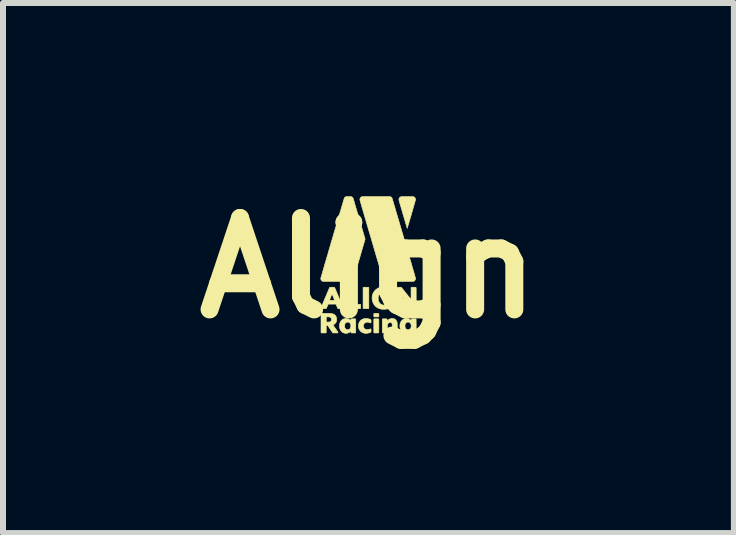
<source format=kicad_pcb>
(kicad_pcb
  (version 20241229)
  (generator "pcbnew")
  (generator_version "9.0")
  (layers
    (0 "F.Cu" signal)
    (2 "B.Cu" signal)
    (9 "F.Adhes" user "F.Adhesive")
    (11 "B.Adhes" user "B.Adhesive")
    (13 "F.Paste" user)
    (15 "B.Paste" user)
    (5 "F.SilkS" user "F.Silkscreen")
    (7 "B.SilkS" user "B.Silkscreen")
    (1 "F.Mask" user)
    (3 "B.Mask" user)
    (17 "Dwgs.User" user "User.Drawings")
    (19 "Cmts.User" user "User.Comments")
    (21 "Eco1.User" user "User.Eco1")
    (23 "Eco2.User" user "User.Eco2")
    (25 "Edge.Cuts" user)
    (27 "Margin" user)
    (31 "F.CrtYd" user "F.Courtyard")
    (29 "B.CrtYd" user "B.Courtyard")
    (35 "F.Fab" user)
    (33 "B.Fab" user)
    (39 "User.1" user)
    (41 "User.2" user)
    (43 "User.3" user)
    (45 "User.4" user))
  (footprint "Align"
    (layer "F.Cu")
    (at 3.092 1.418)
    (property "Reference" "Align" (at 0 0 0) (layer "F.SilkS") (effects (font (size 1.524 1.524) (thickness 0.3))))
    (attr through_hole)
    (fp_poly (pts (xy 0.141 0.756) (xy 0.15 0.756) (xy 0.157 0.756) (xy 0.162 0.756) (xy 0.166 0.757) (xy 0.168 0.757) (xy 0.17 0.758) (xy 0.171 0.759) (xy 0.172 0.76) (xy 0.172 0.762) (xy 0.172 0.765) (xy 0.173 0.771) (xy 0.173 0.778) (xy 0.173 0.785) (xy 0.173 0.794) (xy 0.173 0.8) (xy 0.172 0.804) (xy 0.172 0.807) (xy 0.172 0.809) (xy 0.171 0.811) (xy 0.17 0.812) (xy 0.169 0.812) (xy 0.168 0.813) (xy 0.167 0.813) (xy 0.164 0.814) (xy 0.161 0.814) (xy 0.155 0.814) (xy 0.149 0.814) (xy 0.14 0.814) (xy 0.131 0.814) (xy 0.095 0.814) (xy 0.092 0.811) (xy 0.091 0.81) (xy 0.09 0.809) (xy 0.09 0.807) (xy 0.089 0.804) (xy 0.089 0.8) (xy 0.089 0.795) (xy 0.089 0.787) (xy 0.089 0.785) (xy 0.089 0.777) (xy 0.089 0.771) (xy 0.089 0.766) (xy 0.089 0.764) (xy 0.09 0.762) (xy 0.091 0.76) (xy 0.092 0.759) (xy 0.092 0.759) (xy 0.095 0.756) (xy 0.13 0.756) (xy 0.141 0.756)) (stroke (width 0.01) (type solid)) (fill yes) (layer "F.SilkS"))
    (fp_poly (pts (xy 0.142 0.847) (xy 0.15 0.847) (xy 0.157 0.847) (xy 0.161 0.847) (xy 0.165 0.848) (xy 0.167 0.848) (xy 0.168 0.848) (xy 0.17 0.849) (xy 0.17 0.85) (xy 0.171 0.85) (xy 0.171 0.851) (xy 0.171 0.852) (xy 0.172 0.853) (xy 0.172 0.855) (xy 0.172 0.858) (xy 0.172 0.862) (xy 0.172 0.866) (xy 0.172 0.873) (xy 0.173 0.88) (xy 0.173 0.889) (xy 0.173 0.9) (xy 0.173 0.913) (xy 0.173 0.927) (xy 0.173 0.944) (xy 0.173 0.964) (xy 0.173 0.964) (xy 0.173 0.981) (xy 0.173 0.997) (xy 0.173 1.012) (xy 0.173 1.026) (xy 0.172 1.039) (xy 0.172 1.05) (xy 0.172 1.059) (xy 0.172 1.067) (xy 0.172 1.073) (xy 0.172 1.077) (xy 0.172 1.078) (xy 0.171 1.079) (xy 0.169 1.08) (xy 0.167 1.081) (xy 0.164 1.081) (xy 0.159 1.082) (xy 0.153 1.082) (xy 0.145 1.082) (xy 0.135 1.082) (xy 0.13 1.082) (xy 0.095 1.082) (xy 0.092 1.079) (xy 0.089 1.076) (xy 0.089 0.853) (xy 0.095 0.847) (xy 0.131 0.847) (xy 0.142 0.847)) (stroke (width 0.01) (type solid)) (fill yes) (layer "F.SilkS"))
    (fp_poly (pts (xy -0.041 0.32) (xy 0.001 0.321) (xy 0.004 0.324) (xy 0.004 0.324) (xy 0.005 0.325) (xy 0.005 0.326) (xy 0.005 0.327) (xy 0.005 0.329) (xy 0.006 0.331) (xy 0.006 0.335) (xy 0.006 0.339) (xy 0.006 0.344) (xy 0.006 0.351) (xy 0.006 0.359) (xy 0.006 0.368) (xy 0.006 0.379) (xy 0.006 0.391) (xy 0.006 0.405) (xy 0.006 0.422) (xy 0.006 0.44) (xy 0.006 0.461) (xy 0.006 0.483) (xy 0.006 0.499) (xy 0.006 0.523) (xy 0.006 0.545) (xy 0.006 0.565) (xy 0.006 0.583) (xy 0.006 0.598) (xy 0.006 0.612) (xy 0.006 0.623) (xy 0.006 0.634) (xy 0.006 0.642) (xy 0.006 0.65) (xy 0.006 0.656) (xy 0.006 0.66) (xy 0.006 0.664) (xy 0.005 0.667) (xy 0.005 0.67) (xy 0.005 0.671) (xy 0.005 0.672) (xy 0.004 0.673) (xy 0.004 0.674) (xy 0.004 0.674) (xy 0.004 0.674) (xy 0.003 0.675) (xy 0.002 0.675) (xy 0.001 0.676) (xy -0.001 0.676) (xy -0.004 0.677) (xy -0.008 0.677) (xy -0.014 0.677) (xy -0.021 0.677) (xy -0.03 0.677) (xy -0.042 0.677) (xy -0.054 0.677) (xy -0.063 0.677) (xy -0.07 0.677) (xy -0.076 0.677) (xy -0.08 0.677) (xy -0.083 0.676) (xy -0.085 0.676) (xy -0.086 0.675) (xy -0.087 0.675) (xy -0.088 0.674) (xy -0.088 0.674) (xy -0.088 0.673) (xy -0.089 0.673) (xy -0.089 0.672) (xy -0.089 0.67) (xy -0.089 0.668) (xy -0.089 0.665) (xy -0.09 0.661) (xy -0.09 0.656) (xy -0.09 0.65) (xy -0.09 0.643) (xy -0.09 0.634) (xy -0.09 0.624) (xy -0.09 0.612) (xy -0.09 0.598) (xy -0.09 0.583) (xy -0.09 0.565) (xy -0.09 0.546) (xy -0.09 0.524) (xy -0.09 0.326) (xy -0.087 0.323) (xy -0.084 0.32) (xy -0.041 0.32)) (stroke (width 0.01) (type solid)) (fill yes) (layer "F.SilkS"))
    (fp_poly (pts (xy 0.633 -1.191) (xy 0.652 -1.191) (xy 0.652 -1.191) (xy 0.746 -1.191) (xy 0.753 -1.188) (xy 0.76 -1.184) (xy 0.767 -1.179) (xy 0.773 -1.173) (xy 0.778 -1.166) (xy 0.779 -1.165) (xy 0.783 -1.156) (xy 0.785 -1.146) (xy 0.785 -1.138) (xy 0.784 -1.136) (xy 0.783 -1.132) (xy 0.781 -1.126) (xy 0.779 -1.118) (xy 0.776 -1.108) (xy 0.773 -1.096) (xy 0.769 -1.083) (xy 0.765 -1.068) (xy 0.76 -1.052) (xy 0.755 -1.035) (xy 0.75 -1.017) (xy 0.745 -0.998) (xy 0.739 -0.978) (xy 0.733 -0.958) (xy 0.727 -0.938) (xy 0.721 -0.917) (xy 0.715 -0.896) (xy 0.709 -0.875) (xy 0.703 -0.854) (xy 0.697 -0.834) (xy 0.691 -0.814) (xy 0.685 -0.794) (xy 0.68 -0.776) (xy 0.675 -0.758) (xy 0.67 -0.742) (xy 0.665 -0.726) (xy 0.661 -0.712) (xy 0.657 -0.7) (xy 0.654 -0.689) (xy 0.651 -0.679) (xy 0.649 -0.672) (xy 0.648 -0.667) (xy 0.647 -0.664) (xy 0.647 -0.664) (xy 0.646 -0.662) (xy 0.645 -0.662) (xy 0.645 -0.663) (xy 0.644 -0.667) (xy 0.642 -0.673) (xy 0.64 -0.68) (xy 0.637 -0.69) (xy 0.634 -0.702) (xy 0.63 -0.715) (xy 0.625 -0.73) (xy 0.62 -0.747) (xy 0.615 -0.765) (xy 0.609 -0.784) (xy 0.604 -0.804) (xy 0.597 -0.826) (xy 0.591 -0.848) (xy 0.584 -0.871) (xy 0.577 -0.894) (xy 0.576 -0.897) (xy 0.568 -0.925) (xy 0.561 -0.951) (xy 0.554 -0.974) (xy 0.547 -0.996) (xy 0.542 -1.015) (xy 0.537 -1.032) (xy 0.532 -1.048) (xy 0.528 -1.062) (xy 0.524 -1.075) (xy 0.521 -1.086) (xy 0.518 -1.095) (xy 0.516 -1.103) (xy 0.514 -1.11) (xy 0.513 -1.117) (xy 0.511 -1.122) (xy 0.51 -1.126) (xy 0.509 -1.13) (xy 0.509 -1.132) (xy 0.508 -1.135) (xy 0.508 -1.137) (xy 0.508 -1.138) (xy 0.508 -1.14) (xy 0.508 -1.141) (xy 0.508 -1.142) (xy 0.508 -1.152) (xy 0.511 -1.16) (xy 0.515 -1.168) (xy 0.52 -1.175) (xy 0.529 -1.182) (xy 0.538 -1.187) (xy 0.549 -1.19) (xy 0.549 -1.19) (xy 0.552 -1.19) (xy 0.557 -1.191) (xy 0.565 -1.191) (xy 0.574 -1.191) (xy 0.586 -1.191) (xy 0.6 -1.191) (xy 0.616 -1.191) (xy 0.633 -1.191)) (stroke (width 0.01) (type solid)) (fill yes) (layer "F.SilkS"))
    (fp_poly (pts (xy -0.03 0.841) (xy -0.014 0.843) (xy 0.001 0.846) (xy 0.016 0.85) (xy 0.027 0.855) (xy 0.033 0.857) (xy 0.037 0.86) (xy 0.04 0.862) (xy 0.041 0.865) (xy 0.042 0.869) (xy 0.043 0.874) (xy 0.043 0.881) (xy 0.043 0.888) (xy 0.043 0.896) (xy 0.043 0.903) (xy 0.042 0.908) (xy 0.041 0.911) (xy 0.04 0.913) (xy 0.038 0.914) (xy 0.036 0.915) (xy 0.033 0.915) (xy 0.029 0.914) (xy 0.024 0.912) (xy 0.013 0.907) (xy 0.00007 0.904) (xy -0.013 0.902) (xy -0.025 0.902) (xy -0.034 0.904) (xy -0.044 0.906) (xy -0.053 0.91) (xy -0.061 0.916) (xy -0.065 0.919) (xy -0.072 0.928) (xy -0.078 0.938) (xy -0.082 0.95) (xy -0.083 0.958) (xy -0.084 0.966) (xy -0.083 0.975) (xy -0.082 0.979) (xy -0.078 0.991) (xy -0.073 1.001) (xy -0.065 1.01) (xy -0.056 1.017) (xy -0.045 1.022) (xy -0.033 1.025) (xy -0.02 1.026) (xy -0.018 1.026) (xy -0.003 1.025) (xy 0.01 1.022) (xy 0.023 1.017) (xy 0.029 1.015) (xy 0.033 1.014) (xy 0.036 1.014) (xy 0.038 1.015) (xy 0.04 1.017) (xy 0.041 1.018) (xy 0.042 1.019) (xy 0.043 1.021) (xy 0.043 1.024) (xy 0.043 1.028) (xy 0.043 1.033) (xy 0.043 1.041) (xy 0.043 1.05) (xy 0.043 1.056) (xy 0.042 1.061) (xy 0.041 1.065) (xy 0.039 1.068) (xy 0.036 1.07) (xy 0.032 1.072) (xy 0.027 1.074) (xy 0.015 1.079) (xy 0.001 1.083) (xy -0.014 1.086) (xy -0.029 1.088) (xy -0.045 1.088) (xy -0.059 1.087) (xy -0.063 1.087) (xy -0.08 1.083) (xy -0.096 1.077) (xy -0.111 1.069) (xy -0.125 1.059) (xy -0.137 1.048) (xy -0.146 1.036) (xy -0.153 1.025) (xy -0.158 1.014) (xy -0.163 1.002) (xy -0.164 0.996) (xy -0.166 0.987) (xy -0.167 0.977) (xy -0.167 0.965) (xy -0.167 0.954) (xy -0.166 0.943) (xy -0.164 0.933) (xy -0.164 0.932) (xy -0.159 0.916) (xy -0.151 0.901) (xy -0.142 0.887) (xy -0.131 0.874) (xy -0.119 0.864) (xy -0.11 0.859) (xy -0.1 0.854) (xy -0.09 0.849) (xy -0.08 0.845) (xy -0.076 0.845) (xy -0.062 0.842) (xy -0.046 0.841) (xy -0.03 0.841)) (stroke (width 0.01) (type solid)) (fill yes) (layer "F.SilkS"))
    (fp_poly (pts (xy -0.365 0.841) (xy -0.35 0.844) (xy -0.335 0.848) (xy -0.321 0.855) (xy -0.307 0.864) (xy -0.306 0.864) (xy -0.302 0.866) (xy -0.297 0.866) (xy -0.294 0.864) (xy -0.291 0.861) (xy -0.291 0.857) (xy -0.29 0.853) (xy -0.288 0.85) (xy -0.285 0.847) (xy -0.218 0.847) (xy -0.215 0.85) (xy -0.212 0.853) (xy -0.212 1.076) (xy -0.215 1.079) (xy -0.218 1.082) (xy -0.285 1.082) (xy -0.288 1.079) (xy -0.29 1.075) (xy -0.291 1.072) (xy -0.292 1.067) (xy -0.294 1.065) (xy -0.297 1.062) (xy -0.301 1.062) (xy -0.305 1.064) (xy -0.31 1.067) (xy -0.311 1.068) (xy -0.317 1.072) (xy -0.325 1.076) (xy -0.334 1.08) (xy -0.343 1.084) (xy -0.347 1.085) (xy -0.356 1.086) (xy -0.366 1.088) (xy -0.377 1.088) (xy -0.387 1.088) (xy -0.395 1.086) (xy -0.411 1.082) (xy -0.425 1.076) (xy -0.438 1.067) (xy -0.449 1.057) (xy -0.46 1.045) (xy -0.468 1.031) (xy -0.475 1.015) (xy -0.48 0.999) (xy -0.481 0.993) (xy -0.481 0.985) (xy -0.482 0.976) (xy -0.482 0.966) (xy -0.482 0.965) (xy -0.399 0.965) (xy -0.398 0.975) (xy -0.396 0.986) (xy -0.394 0.995) (xy -0.391 1.001) (xy -0.388 1.006) (xy -0.383 1.012) (xy -0.377 1.018) (xy -0.372 1.022) (xy -0.371 1.022) (xy -0.362 1.026) (xy -0.351 1.028) (xy -0.34 1.028) (xy -0.33 1.025) (xy -0.324 1.023) (xy -0.315 1.017) (xy -0.307 1.009) (xy -0.301 1) (xy -0.297 0.988) (xy -0.295 0.975) (xy -0.294 0.964) (xy -0.295 0.951) (xy -0.297 0.939) (xy -0.301 0.929) (xy -0.307 0.92) (xy -0.312 0.914) (xy -0.319 0.909) (xy -0.326 0.905) (xy -0.333 0.902) (xy -0.342 0.901) (xy -0.347 0.901) (xy -0.353 0.901) (xy -0.357 0.902) (xy -0.361 0.902) (xy -0.364 0.904) (xy -0.367 0.905) (xy -0.377 0.911) (xy -0.384 0.919) (xy -0.391 0.928) (xy -0.395 0.939) (xy -0.398 0.952) (xy -0.399 0.965) (xy -0.482 0.965) (xy -0.482 0.956) (xy -0.482 0.947) (xy -0.481 0.939) (xy -0.48 0.932) (xy -0.48 0.93) (xy -0.474 0.913) (xy -0.467 0.897) (xy -0.459 0.883) (xy -0.448 0.871) (xy -0.437 0.861) (xy -0.424 0.853) (xy -0.409 0.846) (xy -0.394 0.843) (xy -0.381 0.841) (xy -0.365 0.841)) (stroke (width 0.01) (type solid)) (fill yes) (layer "F.SilkS"))
    (fp_poly (pts (xy -0.318 0.32) (xy -0.308 0.32) (xy -0.301 0.32) (xy -0.295 0.321) (xy -0.29 0.321) (xy -0.287 0.322) (xy -0.285 0.322) (xy -0.284 0.323) (xy -0.283 0.325) (xy -0.282 0.326) (xy -0.282 0.327) (xy -0.282 0.331) (xy -0.281 0.336) (xy -0.281 0.342) (xy -0.281 0.351) (xy -0.281 0.362) (xy -0.281 0.375) (xy -0.281 0.391) (xy -0.281 0.408) (xy -0.281 0.428) (xy -0.281 0.45) (xy -0.281 0.464) (xy -0.281 0.486) (xy -0.281 0.505) (xy -0.281 0.522) (xy -0.281 0.536) (xy -0.281 0.549) (xy -0.281 0.56) (xy -0.281 0.569) (xy -0.28 0.577) (xy -0.28 0.583) (xy -0.28 0.588) (xy -0.28 0.592) (xy -0.28 0.595) (xy -0.28 0.598) (xy -0.279 0.599) (xy -0.279 0.6) (xy -0.279 0.601) (xy -0.278 0.602) (xy -0.278 0.602) (xy -0.278 0.603) (xy -0.277 0.603) (xy -0.276 0.603) (xy -0.274 0.604) (xy -0.271 0.604) (xy -0.268 0.604) (xy -0.263 0.604) (xy -0.257 0.604) (xy -0.249 0.604) (xy -0.239 0.604) (xy -0.228 0.605) (xy -0.214 0.605) (xy -0.206 0.605) (xy -0.136 0.605) (xy -0.133 0.608) (xy -0.13 0.611) (xy -0.13 0.641) (xy -0.13 0.651) (xy -0.13 0.658) (xy -0.13 0.664) (xy -0.13 0.668) (xy -0.13 0.67) (xy -0.131 0.672) (xy -0.131 0.673) (xy -0.132 0.674) (xy -0.133 0.675) (xy -0.133 0.675) (xy -0.134 0.676) (xy -0.135 0.676) (xy -0.137 0.676) (xy -0.14 0.676) (xy -0.144 0.676) (xy -0.148 0.677) (xy -0.154 0.677) (xy -0.162 0.677) (xy -0.17 0.677) (xy -0.181 0.677) (xy -0.193 0.677) (xy -0.207 0.677) (xy -0.224 0.677) (xy -0.243 0.677) (xy -0.254 0.677) (xy -0.274 0.677) (xy -0.292 0.677) (xy -0.307 0.677) (xy -0.32 0.677) (xy -0.332 0.677) (xy -0.342 0.677) (xy -0.35 0.677) (xy -0.356 0.677) (xy -0.362 0.676) (xy -0.366 0.676) (xy -0.369 0.676) (xy -0.371 0.676) (xy -0.373 0.676) (xy -0.374 0.675) (xy -0.375 0.675) (xy -0.375 0.675) (xy -0.375 0.675) (xy -0.375 0.674) (xy -0.376 0.673) (xy -0.376 0.672) (xy -0.376 0.67) (xy -0.376 0.668) (xy -0.376 0.664) (xy -0.377 0.66) (xy -0.377 0.654) (xy -0.377 0.648) (xy -0.377 0.64) (xy -0.377 0.63) (xy -0.377 0.619) (xy -0.377 0.607) (xy -0.377 0.592) (xy -0.377 0.575) (xy -0.377 0.557) (xy -0.377 0.536) (xy -0.377 0.513) (xy -0.377 0.325) (xy -0.374 0.323) (xy -0.373 0.322) (xy -0.372 0.321) (xy -0.37 0.321) (xy -0.368 0.321) (xy -0.364 0.32) (xy -0.36 0.32) (xy -0.353 0.32) (xy -0.345 0.32) (xy -0.335 0.32) (xy -0.33 0.32) (xy -0.318 0.32)) (stroke (width 0.01) (type solid)) (fill yes) (layer "F.SilkS"))
    (fp_poly (pts (xy 0.396 0.841) (xy 0.404 0.842) (xy 0.41 0.842) (xy 0.414 0.842) (xy 0.418 0.843) (xy 0.422 0.844) (xy 0.425 0.845) (xy 0.438 0.85) (xy 0.449 0.858) (xy 0.458 0.867) (xy 0.466 0.879) (xy 0.473 0.892) (xy 0.477 0.904) (xy 0.477 0.906) (xy 0.478 0.908) (xy 0.478 0.91) (xy 0.478 0.913) (xy 0.479 0.916) (xy 0.479 0.92) (xy 0.479 0.925) (xy 0.479 0.931) (xy 0.479 0.939) (xy 0.479 0.948) (xy 0.48 0.959) (xy 0.48 0.972) (xy 0.48 0.988) (xy 0.48 0.994) (xy 0.48 1.008) (xy 0.48 1.021) (xy 0.48 1.034) (xy 0.48 1.045) (xy 0.48 1.055) (xy 0.48 1.063) (xy 0.48 1.07) (xy 0.48 1.074) (xy 0.48 1.076) (xy 0.48 1.076) (xy 0.479 1.078) (xy 0.478 1.079) (xy 0.476 1.08) (xy 0.473 1.081) (xy 0.469 1.081) (xy 0.463 1.082) (xy 0.456 1.082) (xy 0.446 1.082) (xy 0.437 1.082) (xy 0.402 1.082) (xy 0.399 1.079) (xy 0.396 1.076) (xy 0.396 1.009) (xy 0.396 0.994) (xy 0.396 0.98) (xy 0.396 0.969) (xy 0.396 0.96) (xy 0.396 0.952) (xy 0.396 0.946) (xy 0.395 0.941) (xy 0.395 0.938) (xy 0.395 0.935) (xy 0.394 0.935) (xy 0.392 0.925) (xy 0.388 0.917) (xy 0.383 0.912) (xy 0.376 0.908) (xy 0.368 0.907) (xy 0.361 0.906) (xy 0.356 0.906) (xy 0.351 0.907) (xy 0.346 0.909) (xy 0.344 0.91) (xy 0.335 0.916) (xy 0.327 0.924) (xy 0.321 0.934) (xy 0.32 0.936) (xy 0.316 0.944) (xy 0.315 1.01) (xy 0.315 1.025) (xy 0.315 1.037) (xy 0.314 1.048) (xy 0.314 1.057) (xy 0.314 1.064) (xy 0.314 1.069) (xy 0.313 1.073) (xy 0.313 1.076) (xy 0.312 1.078) (xy 0.312 1.08) (xy 0.311 1.081) (xy 0.31 1.081) (xy 0.309 1.081) (xy 0.307 1.081) (xy 0.303 1.082) (xy 0.298 1.082) (xy 0.29 1.082) (xy 0.282 1.082) (xy 0.273 1.082) (xy 0.272 1.082) (xy 0.236 1.082) (xy 0.233 1.079) (xy 0.23 1.076) (xy 0.23 0.853) (xy 0.236 0.847) (xy 0.27 0.847) (xy 0.281 0.847) (xy 0.289 0.847) (xy 0.296 0.847) (xy 0.301 0.848) (xy 0.304 0.849) (xy 0.307 0.85) (xy 0.308 0.851) (xy 0.309 0.854) (xy 0.31 0.857) (xy 0.31 0.859) (xy 0.311 0.864) (xy 0.313 0.868) (xy 0.315 0.87) (xy 0.318 0.871) (xy 0.32 0.871) (xy 0.323 0.87) (xy 0.325 0.869) (xy 0.329 0.866) (xy 0.33 0.864) (xy 0.338 0.859) (xy 0.346 0.853) (xy 0.356 0.849) (xy 0.365 0.845) (xy 0.37 0.844) (xy 0.374 0.843) (xy 0.38 0.842) (xy 0.386 0.842) (xy 0.395 0.841) (xy 0.396 0.841)) (stroke (width 0.01) (type solid)) (fill yes) (layer "F.SilkS"))
    (fp_poly (pts (xy -0.279 -1.186) (xy -0.271 -1.182) (xy -0.264 -1.175) (xy -0.259 -1.168) (xy -0.255 -1.162) (xy -0.255 -1.16) (xy -0.254 -1.156) (xy -0.252 -1.149) (xy -0.249 -1.141) (xy -0.246 -1.13) (xy -0.242 -1.118) (xy -0.238 -1.104) (xy -0.233 -1.088) (xy -0.228 -1.07) (xy -0.223 -1.051) (xy -0.217 -1.03) (xy -0.21 -1.008) (xy -0.203 -0.985) (xy -0.196 -0.961) (xy -0.189 -0.936) (xy -0.181 -0.909) (xy -0.173 -0.882) (xy -0.165 -0.855) (xy -0.157 -0.826) (xy -0.154 -0.819) (xy -0.056 -0.482) (xy -0.154 -0.146) (xy -0.163 -0.117) (xy -0.171 -0.089) (xy -0.179 -0.062) (xy -0.187 -0.035) (xy -0.194 -0.01) (xy -0.201 0.015) (xy -0.208 0.038) (xy -0.215 0.06) (xy -0.221 0.081) (xy -0.227 0.101) (xy -0.232 0.119) (xy -0.237 0.135) (xy -0.241 0.15) (xy -0.245 0.163) (xy -0.248 0.174) (xy -0.251 0.183) (xy -0.253 0.19) (xy -0.255 0.194) (xy -0.256 0.197) (xy -0.256 0.197) (xy -0.26 0.203) (xy -0.265 0.209) (xy -0.272 0.215) (xy -0.279 0.219) (xy -0.279 0.219) (xy -0.286 0.223) (xy -0.52 0.223) (xy -0.546 0.223) (xy -0.571 0.223) (xy -0.594 0.223) (xy -0.617 0.223) (xy -0.638 0.223) (xy -0.658 0.223) (xy -0.677 0.223) (xy -0.694 0.223) (xy -0.709 0.223) (xy -0.723 0.223) (xy -0.734 0.223) (xy -0.743 0.223) (xy -0.751 0.222) (xy -0.756 0.222) (xy -0.758 0.222) (xy -0.759 0.222) (xy -0.767 0.219) (xy -0.775 0.214) (xy -0.782 0.208) (xy -0.788 0.2) (xy -0.79 0.197) (xy -0.793 0.188) (xy -0.795 0.178) (xy -0.794 0.169) (xy -0.794 0.167) (xy -0.794 0.165) (xy -0.792 0.161) (xy -0.791 0.154) (xy -0.788 0.145) (xy -0.785 0.135) (xy -0.781 0.122) (xy -0.777 0.107) (xy -0.772 0.091) (xy -0.767 0.072) (xy -0.761 0.053) (xy -0.755 0.031) (xy -0.748 0.008) (xy -0.741 -0.016) (xy -0.734 -0.042) (xy -0.726 -0.069) (xy -0.718 -0.097) (xy -0.709 -0.126) (xy -0.7 -0.156) (xy -0.691 -0.187) (xy -0.682 -0.218) (xy -0.672 -0.251) (xy -0.663 -0.284) (xy -0.653 -0.317) (xy -0.643 -0.351) (xy -0.633 -0.386) (xy -0.623 -0.42) (xy -0.613 -0.455) (xy -0.602 -0.49) (xy -0.592 -0.525) (xy -0.582 -0.56) (xy -0.572 -0.595) (xy -0.561 -0.63) (xy -0.551 -0.664) (xy -0.541 -0.698) (xy -0.532 -0.731) (xy -0.522 -0.764) (xy -0.513 -0.796) (xy -0.503 -0.827) (xy -0.494 -0.857) (xy -0.486 -0.887) (xy -0.477 -0.916) (xy -0.469 -0.943) (xy -0.461 -0.969) (xy -0.454 -0.994) (xy -0.447 -1.018) (xy -0.44 -1.04) (xy -0.434 -1.061) (xy -0.429 -1.08) (xy -0.423 -1.098) (xy -0.419 -1.113) (xy -0.415 -1.127) (xy -0.411 -1.139) (xy -0.408 -1.149) (xy -0.406 -1.156) (xy -0.404 -1.162) (xy -0.403 -1.165) (xy -0.403 -1.166) (xy -0.398 -1.173) (xy -0.391 -1.18) (xy -0.384 -1.185) (xy -0.38 -1.187) (xy -0.373 -1.191) (xy -0.288 -1.191) (xy -0.279 -1.186)) (stroke (width 0.01) (type solid)) (fill yes) (layer "F.SilkS"))
    (fp_poly (pts (xy -0.702 0.756) (xy -0.686 0.756) (xy -0.671 0.756) (xy -0.659 0.756) (xy -0.649 0.756) (xy -0.64 0.757) (xy -0.633 0.757) (xy -0.627 0.757) (xy -0.622 0.757) (xy -0.619 0.758) (xy -0.616 0.758) (xy -0.613 0.758) (xy -0.611 0.759) (xy -0.611 0.759) (xy -0.594 0.764) (xy -0.579 0.77) (xy -0.566 0.778) (xy -0.555 0.788) (xy -0.546 0.799) (xy -0.539 0.812) (xy -0.534 0.827) (xy -0.533 0.829) (xy -0.532 0.837) (xy -0.531 0.848) (xy -0.53 0.859) (xy -0.531 0.869) (xy -0.532 0.879) (xy -0.533 0.884) (xy -0.538 0.899) (xy -0.546 0.912) (xy -0.555 0.923) (xy -0.566 0.934) (xy -0.58 0.943) (xy -0.584 0.945) (xy -0.587 0.947) (xy -0.588 0.951) (xy -0.587 0.955) (xy -0.586 0.957) (xy -0.585 0.958) (xy -0.583 0.962) (xy -0.579 0.967) (xy -0.574 0.974) (xy -0.569 0.982) (xy -0.562 0.991) (xy -0.556 1.001) (xy -0.548 1.011) (xy -0.546 1.014) (xy -0.539 1.024) (xy -0.532 1.034) (xy -0.526 1.043) (xy -0.52 1.051) (xy -0.515 1.058) (xy -0.512 1.064) (xy -0.509 1.068) (xy -0.508 1.07) (xy -0.507 1.07) (xy -0.507 1.074) (xy -0.509 1.077) (xy -0.511 1.08) (xy -0.513 1.081) (xy -0.514 1.081) (xy -0.518 1.082) (xy -0.524 1.082) (xy -0.531 1.082) (xy -0.54 1.082) (xy -0.55 1.082) (xy -0.554 1.082) (xy -0.565 1.082) (xy -0.574 1.082) (xy -0.58 1.082) (xy -0.586 1.082) (xy -0.589 1.082) (xy -0.592 1.081) (xy -0.594 1.081) (xy -0.595 1.08) (xy -0.595 1.08) (xy -0.596 1.078) (xy -0.599 1.075) (xy -0.603 1.07) (xy -0.607 1.063) (xy -0.613 1.055) (xy -0.619 1.047) (xy -0.625 1.037) (xy -0.633 1.026) (xy -0.637 1.02) (xy -0.644 1.009) (xy -0.651 0.999) (xy -0.658 0.989) (xy -0.664 0.98) (xy -0.669 0.973) (xy -0.673 0.967) (xy -0.676 0.962) (xy -0.678 0.96) (xy -0.679 0.959) (xy -0.681 0.957) (xy -0.685 0.957) (xy -0.689 0.956) (xy -0.69 0.956) (xy -0.694 0.956) (xy -0.697 0.957) (xy -0.7 0.959) (xy -0.7 0.959) (xy -0.704 0.963) (xy -0.704 1.076) (xy -0.707 1.079) (xy -0.71 1.082) (xy -0.747 1.082) (xy -0.758 1.082) (xy -0.766 1.082) (xy -0.773 1.082) (xy -0.778 1.082) (xy -0.781 1.082) (xy -0.784 1.081) (xy -0.786 1.081) (xy -0.787 1.08) (xy -0.788 1.079) (xy -0.791 1.077) (xy -0.791 0.82) (xy -0.704 0.82) (xy -0.704 0.894) (xy -0.7 0.897) (xy -0.697 0.901) (xy -0.673 0.9) (xy -0.664 0.9) (xy -0.657 0.899) (xy -0.652 0.899) (xy -0.648 0.898) (xy -0.644 0.898) (xy -0.643 0.897) (xy -0.634 0.893) (xy -0.627 0.887) (xy -0.622 0.88) (xy -0.619 0.872) (xy -0.617 0.861) (xy -0.617 0.857) (xy -0.618 0.846) (xy -0.621 0.837) (xy -0.625 0.829) (xy -0.631 0.823) (xy -0.64 0.819) (xy -0.643 0.817) (xy -0.646 0.816) (xy -0.65 0.816) (xy -0.655 0.815) (xy -0.661 0.815) (xy -0.67 0.814) (xy -0.673 0.814) (xy -0.697 0.814) (xy -0.7 0.817) (xy -0.704 0.82) (xy -0.791 0.82) (xy -0.791 0.761) (xy -0.788 0.758) (xy -0.784 0.755) (xy -0.702 0.756)) (stroke (width 0.01) (type solid)) (fill yes) (layer "F.SilkS"))
    (fp_poly (pts (xy 0.28 0.314) (xy 0.3 0.316) (xy 0.32 0.32) (xy 0.339 0.325) (xy 0.341 0.325) (xy 0.349 0.328) (xy 0.357 0.331) (xy 0.365 0.335) (xy 0.373 0.338) (xy 0.379 0.342) (xy 0.383 0.345) (xy 0.384 0.345) (xy 0.388 0.349) (xy 0.388 0.38) (xy 0.388 0.392) (xy 0.388 0.402) (xy 0.388 0.409) (xy 0.388 0.413) (xy 0.387 0.415) (xy 0.385 0.419) (xy 0.381 0.421) (xy 0.378 0.422) (xy 0.376 0.421) (xy 0.373 0.419) (xy 0.369 0.417) (xy 0.364 0.414) (xy 0.347 0.405) (xy 0.33 0.398) (xy 0.313 0.393) (xy 0.295 0.39) (xy 0.278 0.389) (xy 0.261 0.39) (xy 0.244 0.392) (xy 0.229 0.396) (xy 0.215 0.402) (xy 0.207 0.407) (xy 0.199 0.413) (xy 0.191 0.421) (xy 0.183 0.43) (xy 0.178 0.438) (xy 0.178 0.438) (xy 0.175 0.443) (xy 0.172 0.45) (xy 0.17 0.456) (xy 0.169 0.458) (xy 0.165 0.474) (xy 0.162 0.491) (xy 0.162 0.508) (xy 0.163 0.524) (xy 0.166 0.54) (xy 0.17 0.555) (xy 0.177 0.569) (xy 0.185 0.582) (xy 0.189 0.587) (xy 0.2 0.597) (xy 0.213 0.605) (xy 0.226 0.612) (xy 0.241 0.616) (xy 0.256 0.618) (xy 0.272 0.618) (xy 0.288 0.616) (xy 0.3 0.613) (xy 0.304 0.612) (xy 0.307 0.611) (xy 0.309 0.609) (xy 0.311 0.607) (xy 0.312 0.604) (xy 0.312 0.599) (xy 0.312 0.592) (xy 0.312 0.584) (xy 0.312 0.581) (xy 0.312 0.571) (xy 0.312 0.564) (xy 0.312 0.559) (xy 0.311 0.555) (xy 0.309 0.553) (xy 0.306 0.551) (xy 0.301 0.55) (xy 0.295 0.55) (xy 0.287 0.55) (xy 0.286 0.55) (xy 0.278 0.55) (xy 0.272 0.549) (xy 0.268 0.549) (xy 0.265 0.548) (xy 0.263 0.548) (xy 0.262 0.547) (xy 0.261 0.546) (xy 0.261 0.544) (xy 0.26 0.542) (xy 0.26 0.539) (xy 0.26 0.533) (xy 0.259 0.527) (xy 0.259 0.518) (xy 0.259 0.509) (xy 0.259 0.502) (xy 0.259 0.497) (xy 0.259 0.493) (xy 0.26 0.491) (xy 0.26 0.489) (xy 0.261 0.488) (xy 0.262 0.487) (xy 0.264 0.484) (xy 0.331 0.484) (xy 0.346 0.484) (xy 0.358 0.484) (xy 0.368 0.484) (xy 0.377 0.484) (xy 0.383 0.484) (xy 0.388 0.484) (xy 0.392 0.484) (xy 0.395 0.485) (xy 0.397 0.485) (xy 0.398 0.485) (xy 0.399 0.486) (xy 0.4 0.486) (xy 0.4 0.486) (xy 0.401 0.487) (xy 0.401 0.488) (xy 0.401 0.489) (xy 0.402 0.49) (xy 0.402 0.493) (xy 0.402 0.496) (xy 0.402 0.5) (xy 0.402 0.506) (xy 0.402 0.513) (xy 0.403 0.522) (xy 0.403 0.533) (xy 0.403 0.546) (xy 0.403 0.561) (xy 0.403 0.571) (xy 0.403 0.653) (xy 0.399 0.655) (xy 0.397 0.656) (xy 0.393 0.658) (xy 0.387 0.661) (xy 0.382 0.663) (xy 0.356 0.672) (xy 0.328 0.679) (xy 0.3 0.684) (xy 0.29 0.685) (xy 0.281 0.686) (xy 0.271 0.686) (xy 0.26 0.687) (xy 0.249 0.687) (xy 0.239 0.687) (xy 0.229 0.686) (xy 0.221 0.686) (xy 0.218 0.685) (xy 0.196 0.681) (xy 0.176 0.674) (xy 0.156 0.665) (xy 0.139 0.654) (xy 0.122 0.642) (xy 0.108 0.627) (xy 0.095 0.611) (xy 0.084 0.594) (xy 0.075 0.575) (xy 0.068 0.554) (xy 0.066 0.549) (xy 0.064 0.537) (xy 0.062 0.525) (xy 0.061 0.512) (xy 0.061 0.498) (xy 0.061 0.48) (xy 0.063 0.464) (xy 0.067 0.448) (xy 0.072 0.432) (xy 0.079 0.417) (xy 0.079 0.416) (xy 0.09 0.398) (xy 0.102 0.381) (xy 0.116 0.366) (xy 0.132 0.353) (xy 0.15 0.341) (xy 0.169 0.331) (xy 0.189 0.324) (xy 0.211 0.318) (xy 0.234 0.314) (xy 0.241 0.314) (xy 0.259 0.313) (xy 0.28 0.314)) (stroke (width 0.01) (type solid)) (fill yes) (layer "F.SilkS"))
    (fp_poly (pts (xy 0.644 0.842) (xy 0.654 0.843) (xy 0.659 0.844) (xy 0.666 0.846) (xy 0.674 0.849) (xy 0.682 0.853) (xy 0.689 0.857) (xy 0.695 0.86) (xy 0.696 0.861) (xy 0.7 0.864) (xy 0.703 0.866) (xy 0.705 0.867) (xy 0.709 0.867) (xy 0.712 0.865) (xy 0.715 0.861) (xy 0.716 0.857) (xy 0.716 0.855) (xy 0.717 0.852) (xy 0.72 0.85) (xy 0.721 0.849) (xy 0.722 0.848) (xy 0.724 0.848) (xy 0.727 0.848) (xy 0.73 0.847) (xy 0.736 0.847) (xy 0.743 0.847) (xy 0.752 0.847) (xy 0.756 0.847) (xy 0.766 0.847) (xy 0.774 0.847) (xy 0.779 0.847) (xy 0.784 0.847) (xy 0.787 0.848) (xy 0.789 0.848) (xy 0.79 0.849) (xy 0.791 0.849) (xy 0.791 0.85) (xy 0.794 0.852) (xy 0.795 0.952) (xy 0.795 0.973) (xy 0.795 0.993) (xy 0.795 1.009) (xy 0.795 1.024) (xy 0.795 1.037) (xy 0.794 1.049) (xy 0.794 1.059) (xy 0.794 1.067) (xy 0.793 1.075) (xy 0.793 1.081) (xy 0.792 1.087) (xy 0.792 1.092) (xy 0.791 1.096) (xy 0.79 1.1) (xy 0.785 1.117) (xy 0.778 1.132) (xy 0.77 1.145) (xy 0.76 1.157) (xy 0.748 1.167) (xy 0.745 1.169) (xy 0.735 1.175) (xy 0.725 1.18) (xy 0.714 1.184) (xy 0.702 1.187) (xy 0.692 1.189) (xy 0.687 1.19) (xy 0.681 1.191) (xy 0.673 1.191) (xy 0.665 1.192) (xy 0.656 1.192) (xy 0.648 1.192) (xy 0.641 1.192) (xy 0.636 1.192) (xy 0.634 1.192) (xy 0.616 1.189) (xy 0.6 1.185) (xy 0.586 1.182) (xy 0.572 1.177) (xy 0.561 1.173) (xy 0.555 1.17) (xy 0.551 1.168) (xy 0.548 1.166) (xy 0.546 1.163) (xy 0.544 1.16) (xy 0.544 1.155) (xy 0.544 1.148) (xy 0.544 1.14) (xy 0.544 1.138) (xy 0.544 1.131) (xy 0.544 1.125) (xy 0.544 1.121) (xy 0.545 1.118) (xy 0.545 1.117) (xy 0.546 1.116) (xy 0.547 1.115) (xy 0.55 1.113) (xy 0.553 1.113) (xy 0.557 1.113) (xy 0.562 1.116) (xy 0.566 1.117) (xy 0.583 1.125) (xy 0.601 1.13) (xy 0.62 1.134) (xy 0.638 1.135) (xy 0.646 1.135) (xy 0.652 1.135) (xy 0.658 1.135) (xy 0.662 1.134) (xy 0.663 1.134) (xy 0.675 1.13) (xy 0.685 1.124) (xy 0.694 1.117) (xy 0.7 1.108) (xy 0.705 1.097) (xy 0.708 1.084) (xy 0.71 1.07) (xy 0.71 1.055) (xy 0.702 1.063) (xy 0.694 1.069) (xy 0.684 1.075) (xy 0.674 1.08) (xy 0.663 1.084) (xy 0.658 1.085) (xy 0.651 1.087) (xy 0.642 1.088) (xy 0.632 1.088) (xy 0.622 1.087) (xy 0.612 1.086) (xy 0.605 1.085) (xy 0.604 1.085) (xy 0.589 1.08) (xy 0.576 1.072) (xy 0.563 1.062) (xy 0.552 1.051) (xy 0.543 1.038) (xy 0.535 1.023) (xy 0.529 1.007) (xy 0.527 0.997) (xy 0.525 0.988) (xy 0.524 0.977) (xy 0.524 0.965) (xy 0.524 0.964) (xy 0.608 0.964) (xy 0.609 0.978) (xy 0.612 0.991) (xy 0.616 1.001) (xy 0.622 1.011) (xy 0.63 1.018) (xy 0.64 1.024) (xy 0.648 1.027) (xy 0.656 1.028) (xy 0.665 1.028) (xy 0.674 1.026) (xy 0.679 1.025) (xy 0.688 1.02) (xy 0.696 1.013) (xy 0.703 1.005) (xy 0.708 0.994) (xy 0.708 0.992) (xy 0.71 0.988) (xy 0.711 0.983) (xy 0.712 0.978) (xy 0.712 0.971) (xy 0.712 0.968) (xy 0.712 0.957) (xy 0.711 0.948) (xy 0.709 0.939) (xy 0.706 0.931) (xy 0.705 0.928) (xy 0.699 0.919) (xy 0.691 0.911) (xy 0.682 0.906) (xy 0.672 0.902) (xy 0.662 0.901) (xy 0.651 0.902) (xy 0.648 0.902) (xy 0.637 0.906) (xy 0.628 0.912) (xy 0.621 0.92) (xy 0.615 0.929) (xy 0.611 0.941) (xy 0.609 0.954) (xy 0.608 0.964) (xy 0.524 0.964) (xy 0.524 0.953) (xy 0.525 0.942) (xy 0.526 0.933) (xy 0.527 0.931) (xy 0.531 0.915) (xy 0.537 0.901) (xy 0.545 0.888) (xy 0.554 0.876) (xy 0.559 0.871) (xy 0.57 0.861) (xy 0.583 0.853) (xy 0.596 0.847) (xy 0.61 0.843) (xy 0.615 0.842) (xy 0.624 0.841) (xy 0.634 0.841) (xy 0.644 0.842)) (stroke (width 0.01) (type solid)) (fill yes) (layer "F.SilkS"))
    (fp_poly (pts (xy 0.764 0.32) (xy 0.773 0.32) (xy 0.781 0.321) (xy 0.786 0.321) (xy 0.789 0.321) (xy 0.789 0.322) (xy 0.792 0.324) (xy 0.794 0.328) (xy 0.794 0.33) (xy 0.794 0.334) (xy 0.794 0.341) (xy 0.795 0.35) (xy 0.795 0.361) (xy 0.795 0.375) (xy 0.795 0.392) (xy 0.795 0.411) (xy 0.795 0.432) (xy 0.795 0.456) (xy 0.795 0.483) (xy 0.795 0.502) (xy 0.795 0.526) (xy 0.795 0.548) (xy 0.795 0.567) (xy 0.795 0.585) (xy 0.794 0.6) (xy 0.794 0.613) (xy 0.794 0.625) (xy 0.794 0.635) (xy 0.794 0.644) (xy 0.794 0.651) (xy 0.794 0.657) (xy 0.794 0.661) (xy 0.794 0.665) (xy 0.793 0.668) (xy 0.793 0.67) (xy 0.793 0.672) (xy 0.793 0.673) (xy 0.792 0.674) (xy 0.792 0.674) (xy 0.792 0.674) (xy 0.791 0.675) (xy 0.79 0.676) (xy 0.789 0.676) (xy 0.786 0.676) (xy 0.783 0.677) (xy 0.778 0.677) (xy 0.771 0.677) (xy 0.763 0.677) (xy 0.756 0.677) (xy 0.745 0.677) (xy 0.736 0.677) (xy 0.729 0.677) (xy 0.725 0.676) (xy 0.722 0.676) (xy 0.72 0.675) (xy 0.72 0.675) (xy 0.719 0.674) (xy 0.716 0.671) (xy 0.712 0.666) (xy 0.707 0.66) (xy 0.701 0.652) (xy 0.694 0.643) (xy 0.686 0.633) (xy 0.677 0.622) (xy 0.668 0.61) (xy 0.658 0.597) (xy 0.649 0.586) (xy 0.639 0.573) (xy 0.629 0.56) (xy 0.619 0.548) (xy 0.61 0.537) (xy 0.602 0.527) (xy 0.595 0.518) (xy 0.589 0.51) (xy 0.584 0.504) (xy 0.58 0.499) (xy 0.577 0.496) (xy 0.576 0.494) (xy 0.572 0.491) (xy 0.568 0.49) (xy 0.564 0.492) (xy 0.563 0.493) (xy 0.56 0.495) (xy 0.56 0.584) (xy 0.56 0.601) (xy 0.56 0.615) (xy 0.56 0.628) (xy 0.559 0.638) (xy 0.559 0.647) (xy 0.559 0.654) (xy 0.559 0.66) (xy 0.559 0.664) (xy 0.559 0.668) (xy 0.558 0.67) (xy 0.558 0.672) (xy 0.558 0.673) (xy 0.557 0.674) (xy 0.557 0.674) (xy 0.556 0.675) (xy 0.555 0.676) (xy 0.554 0.676) (xy 0.552 0.676) (xy 0.548 0.677) (xy 0.544 0.677) (xy 0.538 0.677) (xy 0.529 0.677) (xy 0.519 0.677) (xy 0.517 0.677) (xy 0.506 0.677) (xy 0.497 0.677) (xy 0.491 0.677) (xy 0.486 0.677) (xy 0.482 0.676) (xy 0.48 0.676) (xy 0.479 0.676) (xy 0.478 0.675) (xy 0.477 0.675) (xy 0.477 0.674) (xy 0.477 0.673) (xy 0.476 0.672) (xy 0.476 0.67) (xy 0.476 0.668) (xy 0.476 0.664) (xy 0.476 0.66) (xy 0.475 0.654) (xy 0.475 0.648) (xy 0.475 0.64) (xy 0.475 0.63) (xy 0.475 0.619) (xy 0.475 0.607) (xy 0.475 0.592) (xy 0.475 0.575) (xy 0.475 0.557) (xy 0.475 0.536) (xy 0.475 0.513) (xy 0.475 0.325) (xy 0.478 0.323) (xy 0.479 0.322) (xy 0.481 0.321) (xy 0.483 0.321) (xy 0.486 0.32) (xy 0.489 0.32) (xy 0.495 0.32) (xy 0.502 0.32) (xy 0.512 0.32) (xy 0.512 0.32) (xy 0.521 0.32) (xy 0.529 0.32) (xy 0.536 0.32) (xy 0.541 0.321) (xy 0.545 0.321) (xy 0.546 0.321) (xy 0.547 0.322) (xy 0.55 0.325) (xy 0.554 0.33) (xy 0.56 0.337) (xy 0.568 0.346) (xy 0.576 0.357) (xy 0.587 0.37) (xy 0.598 0.384) (xy 0.611 0.401) (xy 0.621 0.414) (xy 0.632 0.427) (xy 0.642 0.44) (xy 0.652 0.452) (xy 0.661 0.463) (xy 0.669 0.474) (xy 0.677 0.483) (xy 0.683 0.491) (xy 0.688 0.497) (xy 0.693 0.502) (xy 0.695 0.506) (xy 0.697 0.507) (xy 0.697 0.507) (xy 0.701 0.508) (xy 0.705 0.506) (xy 0.708 0.503) (xy 0.708 0.502) (xy 0.709 0.5) (xy 0.709 0.498) (xy 0.709 0.494) (xy 0.709 0.489) (xy 0.71 0.483) (xy 0.71 0.474) (xy 0.71 0.464) (xy 0.71 0.451) (xy 0.71 0.437) (xy 0.71 0.42) (xy 0.71 0.412) (xy 0.71 0.325) (xy 0.713 0.323) (xy 0.714 0.322) (xy 0.716 0.321) (xy 0.717 0.321) (xy 0.72 0.32) (xy 0.724 0.32) (xy 0.729 0.32) (xy 0.736 0.32) (xy 0.745 0.32) (xy 0.751 0.32) (xy 0.764 0.32)) (stroke (width 0.01) (type solid)) (fill yes) (layer "F.SilkS"))
    (fp_poly (pts (xy 0.371 -1.186) (xy 0.379 -1.181) (xy 0.387 -1.174) (xy 0.392 -1.167) (xy 0.394 -1.164) (xy 0.394 -1.163) (xy 0.395 -1.159) (xy 0.397 -1.153) (xy 0.4 -1.144) (xy 0.403 -1.134) (xy 0.407 -1.121) (xy 0.411 -1.106) (xy 0.416 -1.09) (xy 0.421 -1.071) (xy 0.427 -1.051) (xy 0.434 -1.029) (xy 0.441 -1.005) (xy 0.448 -0.98) (xy 0.456 -0.953) (xy 0.464 -0.925) (xy 0.473 -0.895) (xy 0.482 -0.864) (xy 0.492 -0.832) (xy 0.502 -0.799) (xy 0.512 -0.765) (xy 0.522 -0.729) (xy 0.533 -0.693) (xy 0.544 -0.656) (xy 0.555 -0.617) (xy 0.566 -0.579) (xy 0.578 -0.539) (xy 0.59 -0.499) (xy 0.59 -0.497) (xy 0.604 -0.449) (xy 0.618 -0.403) (xy 0.63 -0.36) (xy 0.642 -0.319) (xy 0.654 -0.28) (xy 0.665 -0.243) (xy 0.675 -0.209) (xy 0.684 -0.176) (xy 0.693 -0.145) (xy 0.702 -0.116) (xy 0.71 -0.089) (xy 0.717 -0.064) (xy 0.724 -0.04) (xy 0.73 -0.019) (xy 0.736 0.002) (xy 0.742 0.021) (xy 0.747 0.038) (xy 0.751 0.054) (xy 0.756 0.069) (xy 0.759 0.082) (xy 0.763 0.094) (xy 0.766 0.105) (xy 0.769 0.115) (xy 0.771 0.124) (xy 0.774 0.132) (xy 0.776 0.139) (xy 0.777 0.145) (xy 0.779 0.15) (xy 0.78 0.155) (xy 0.781 0.159) (xy 0.782 0.162) (xy 0.783 0.165) (xy 0.783 0.168) (xy 0.784 0.169) (xy 0.784 0.171) (xy 0.784 0.172) (xy 0.784 0.173) (xy 0.784 0.174) (xy 0.784 0.175) (xy 0.783 0.185) (xy 0.781 0.194) (xy 0.776 0.202) (xy 0.775 0.204) (xy 0.77 0.21) (xy 0.763 0.215) (xy 0.756 0.219) (xy 0.75 0.222) (xy 0.748 0.222) (xy 0.746 0.222) (xy 0.742 0.222) (xy 0.737 0.223) (xy 0.729 0.223) (xy 0.72 0.223) (xy 0.708 0.223) (xy 0.694 0.223) (xy 0.678 0.223) (xy 0.66 0.223) (xy 0.64 0.223) (xy 0.617 0.223) (xy 0.592 0.223) (xy 0.565 0.223) (xy 0.535 0.223) (xy 0.513 0.223) (xy 0.484 0.223) (xy 0.459 0.223) (xy 0.435 0.223) (xy 0.414 0.223) (xy 0.394 0.223) (xy 0.377 0.223) (xy 0.362 0.223) (xy 0.348 0.223) (xy 0.336 0.223) (xy 0.325 0.223) (xy 0.316 0.223) (xy 0.308 0.223) (xy 0.302 0.223) (xy 0.296 0.223) (xy 0.292 0.223) (xy 0.288 0.222) (xy 0.285 0.222) (xy 0.282 0.222) (xy 0.281 0.222) (xy 0.279 0.222) (xy 0.278 0.221) (xy 0.277 0.221) (xy 0.276 0.221) (xy 0.267 0.217) (xy 0.258 0.21) (xy 0.251 0.202) (xy 0.246 0.193) (xy 0.246 0.191) (xy 0.245 0.19) (xy 0.244 0.186) (xy 0.242 0.18) (xy 0.24 0.171) (xy 0.237 0.161) (xy 0.233 0.148) (xy 0.229 0.134) (xy 0.224 0.117) (xy 0.218 0.098) (xy 0.212 0.078) (xy 0.206 0.056) (xy 0.199 0.032) (xy 0.192 0.007) (xy 0.184 -0.02) (xy 0.175 -0.048) (xy 0.167 -0.077) (xy 0.158 -0.108) (xy 0.148 -0.14) (xy 0.138 -0.174) (xy 0.128 -0.208) (xy 0.118 -0.243) (xy 0.107 -0.28) (xy 0.096 -0.317) (xy 0.085 -0.355) (xy 0.074 -0.394) (xy 0.062 -0.433) (xy 0.051 -0.473) (xy 0.037 -0.521) (xy 0.023 -0.566) (xy 0.01 -0.61) (xy -0.002 -0.651) (xy -0.013 -0.689) (xy -0.024 -0.726) (xy -0.034 -0.761) (xy -0.043 -0.793) (xy -0.052 -0.824) (xy -0.061 -0.853) (xy -0.069 -0.879) (xy -0.076 -0.905) (xy -0.083 -0.928) (xy -0.089 -0.95) (xy -0.095 -0.97) (xy -0.1 -0.989) (xy -0.106 -1.006) (xy -0.11 -1.022) (xy -0.114 -1.036) (xy -0.118 -1.05) (xy -0.122 -1.062) (xy -0.125 -1.073) (xy -0.128 -1.083) (xy -0.13 -1.091) (xy -0.132 -1.099) (xy -0.134 -1.106) (xy -0.136 -1.112) (xy -0.137 -1.118) (xy -0.139 -1.122) (xy -0.14 -1.126) (xy -0.14 -1.13) (xy -0.141 -1.132) (xy -0.142 -1.135) (xy -0.142 -1.137) (xy -0.142 -1.138) (xy -0.143 -1.14) (xy -0.143 -1.141) (xy -0.143 -1.142) (xy -0.143 -1.143) (xy -0.143 -1.143) (xy -0.143 -1.149) (xy -0.142 -1.153) (xy -0.141 -1.157) (xy -0.139 -1.161) (xy -0.138 -1.164) (xy -0.132 -1.173) (xy -0.125 -1.18) (xy -0.117 -1.186) (xy -0.114 -1.187) (xy -0.107 -1.191) (xy 0.363 -1.191) (xy 0.371 -1.186)) (stroke (width 0.01) (type solid)) (fill yes) (layer "F.SilkS"))
    (fp_poly (pts (xy -0.598 0.32) (xy -0.59 0.32) (xy -0.582 0.32) (xy -0.576 0.321) (xy -0.571 0.321) (xy -0.568 0.321) (xy -0.567 0.321) (xy -0.564 0.324) (xy -0.563 0.326) (xy -0.562 0.328) (xy -0.56 0.332) (xy -0.558 0.337) (xy -0.555 0.345) (xy -0.551 0.355) (xy -0.546 0.366) (xy -0.54 0.379) (xy -0.534 0.393) (xy -0.528 0.408) (xy -0.521 0.425) (xy -0.514 0.442) (xy -0.506 0.461) (xy -0.498 0.48) (xy -0.491 0.497) (xy -0.48 0.522) (xy -0.471 0.544) (xy -0.462 0.566) (xy -0.454 0.585) (xy -0.447 0.602) (xy -0.44 0.618) (xy -0.435 0.632) (xy -0.43 0.643) (xy -0.426 0.653) (xy -0.423 0.66) (xy -0.421 0.665) (xy -0.42 0.668) (xy -0.42 0.669) (xy -0.42 0.671) (xy -0.421 0.672) (xy -0.421 0.674) (xy -0.423 0.675) (xy -0.425 0.676) (xy -0.429 0.676) (xy -0.434 0.677) (xy -0.441 0.677) (xy -0.45 0.677) (xy -0.461 0.677) (xy -0.467 0.677) (xy -0.478 0.677) (xy -0.488 0.677) (xy -0.495 0.677) (xy -0.5 0.677) (xy -0.504 0.676) (xy -0.507 0.676) (xy -0.509 0.676) (xy -0.51 0.675) (xy -0.511 0.675) (xy -0.512 0.673) (xy -0.514 0.669) (xy -0.516 0.664) (xy -0.519 0.657) (xy -0.522 0.649) (xy -0.526 0.64) (xy -0.527 0.638) (xy -0.531 0.629) (xy -0.534 0.621) (xy -0.536 0.615) (xy -0.538 0.61) (xy -0.54 0.607) (xy -0.541 0.605) (xy -0.542 0.604) (xy -0.543 0.603) (xy -0.545 0.602) (xy -0.546 0.602) (xy -0.548 0.602) (xy -0.551 0.601) (xy -0.556 0.601) (xy -0.561 0.601) (xy -0.569 0.601) (xy -0.578 0.601) (xy -0.589 0.601) (xy -0.602 0.601) (xy -0.61 0.601) (xy -0.624 0.601) (xy -0.635 0.601) (xy -0.645 0.601) (xy -0.653 0.601) (xy -0.659 0.602) (xy -0.664 0.602) (xy -0.667 0.602) (xy -0.669 0.602) (xy -0.671 0.603) (xy -0.672 0.603) (xy -0.673 0.604) (xy -0.674 0.605) (xy -0.675 0.609) (xy -0.678 0.615) (xy -0.681 0.621) (xy -0.684 0.629) (xy -0.687 0.638) (xy -0.688 0.639) (xy -0.691 0.648) (xy -0.695 0.656) (xy -0.697 0.663) (xy -0.7 0.668) (xy -0.702 0.672) (xy -0.703 0.674) (xy -0.703 0.675) (xy -0.703 0.675) (xy -0.704 0.676) (xy -0.706 0.676) (xy -0.709 0.676) (xy -0.712 0.677) (xy -0.717 0.677) (xy -0.724 0.677) (xy -0.732 0.677) (xy -0.743 0.677) (xy -0.746 0.677) (xy -0.757 0.677) (xy -0.766 0.677) (xy -0.773 0.677) (xy -0.779 0.677) (xy -0.783 0.676) (xy -0.785 0.676) (xy -0.787 0.676) (xy -0.788 0.675) (xy -0.789 0.675) (xy -0.789 0.675) (xy -0.791 0.672) (xy -0.791 0.668) (xy -0.791 0.667) (xy -0.789 0.663) (xy -0.787 0.657) (xy -0.784 0.649) (xy -0.78 0.64) (xy -0.775 0.628) (xy -0.77 0.616) (xy -0.764 0.601) (xy -0.758 0.586) (xy -0.751 0.569) (xy -0.744 0.551) (xy -0.736 0.533) (xy -0.735 0.53) (xy -0.645 0.53) (xy -0.644 0.533) (xy -0.643 0.536) (xy -0.642 0.537) (xy -0.641 0.537) (xy -0.639 0.538) (xy -0.636 0.538) (xy -0.632 0.538) (xy -0.627 0.538) (xy -0.62 0.538) (xy -0.611 0.538) (xy -0.607 0.538) (xy -0.598 0.538) (xy -0.59 0.538) (xy -0.584 0.538) (xy -0.58 0.538) (xy -0.577 0.538) (xy -0.575 0.537) (xy -0.573 0.537) (xy -0.572 0.536) (xy -0.572 0.536) (xy -0.57 0.533) (xy -0.569 0.53) (xy -0.569 0.528) (xy -0.571 0.524) (xy -0.573 0.519) (xy -0.575 0.512) (xy -0.578 0.504) (xy -0.581 0.495) (xy -0.585 0.486) (xy -0.588 0.478) (xy -0.591 0.469) (xy -0.594 0.462) (xy -0.597 0.455) (xy -0.599 0.45) (xy -0.601 0.447) (xy -0.601 0.446) (xy -0.604 0.444) (xy -0.608 0.444) (xy -0.612 0.446) (xy -0.613 0.447) (xy -0.614 0.448) (xy -0.616 0.452) (xy -0.619 0.458) (xy -0.621 0.465) (xy -0.625 0.472) (xy -0.628 0.481) (xy -0.631 0.49) (xy -0.635 0.499) (xy -0.638 0.507) (xy -0.64 0.514) (xy -0.643 0.521) (xy -0.644 0.526) (xy -0.645 0.529) (xy -0.645 0.53) (xy -0.735 0.53) (xy -0.728 0.513) (xy -0.719 0.493) (xy -0.711 0.473) (xy -0.702 0.452) (xy -0.693 0.43) (xy -0.684 0.409) (xy -0.675 0.388) (xy -0.666 0.367) (xy -0.657 0.346) (xy -0.655 0.341) (xy -0.652 0.334) (xy -0.65 0.328) (xy -0.648 0.325) (xy -0.646 0.323) (xy -0.644 0.321) (xy -0.642 0.321) (xy -0.638 0.321) (xy -0.632 0.32) (xy -0.624 0.32) (xy -0.616 0.32) (xy -0.607 0.32) (xy -0.598 0.32)) (stroke (width 0.01) (type solid)) (fill yes) (layer "F.SilkS")))
  (gr_rect
    (start -3 -3)
    (end 9.183 5.836)
    (stroke (width 0.1) (type default))
    (fill no)
    (layer "Edge.Cuts")))
</source>
